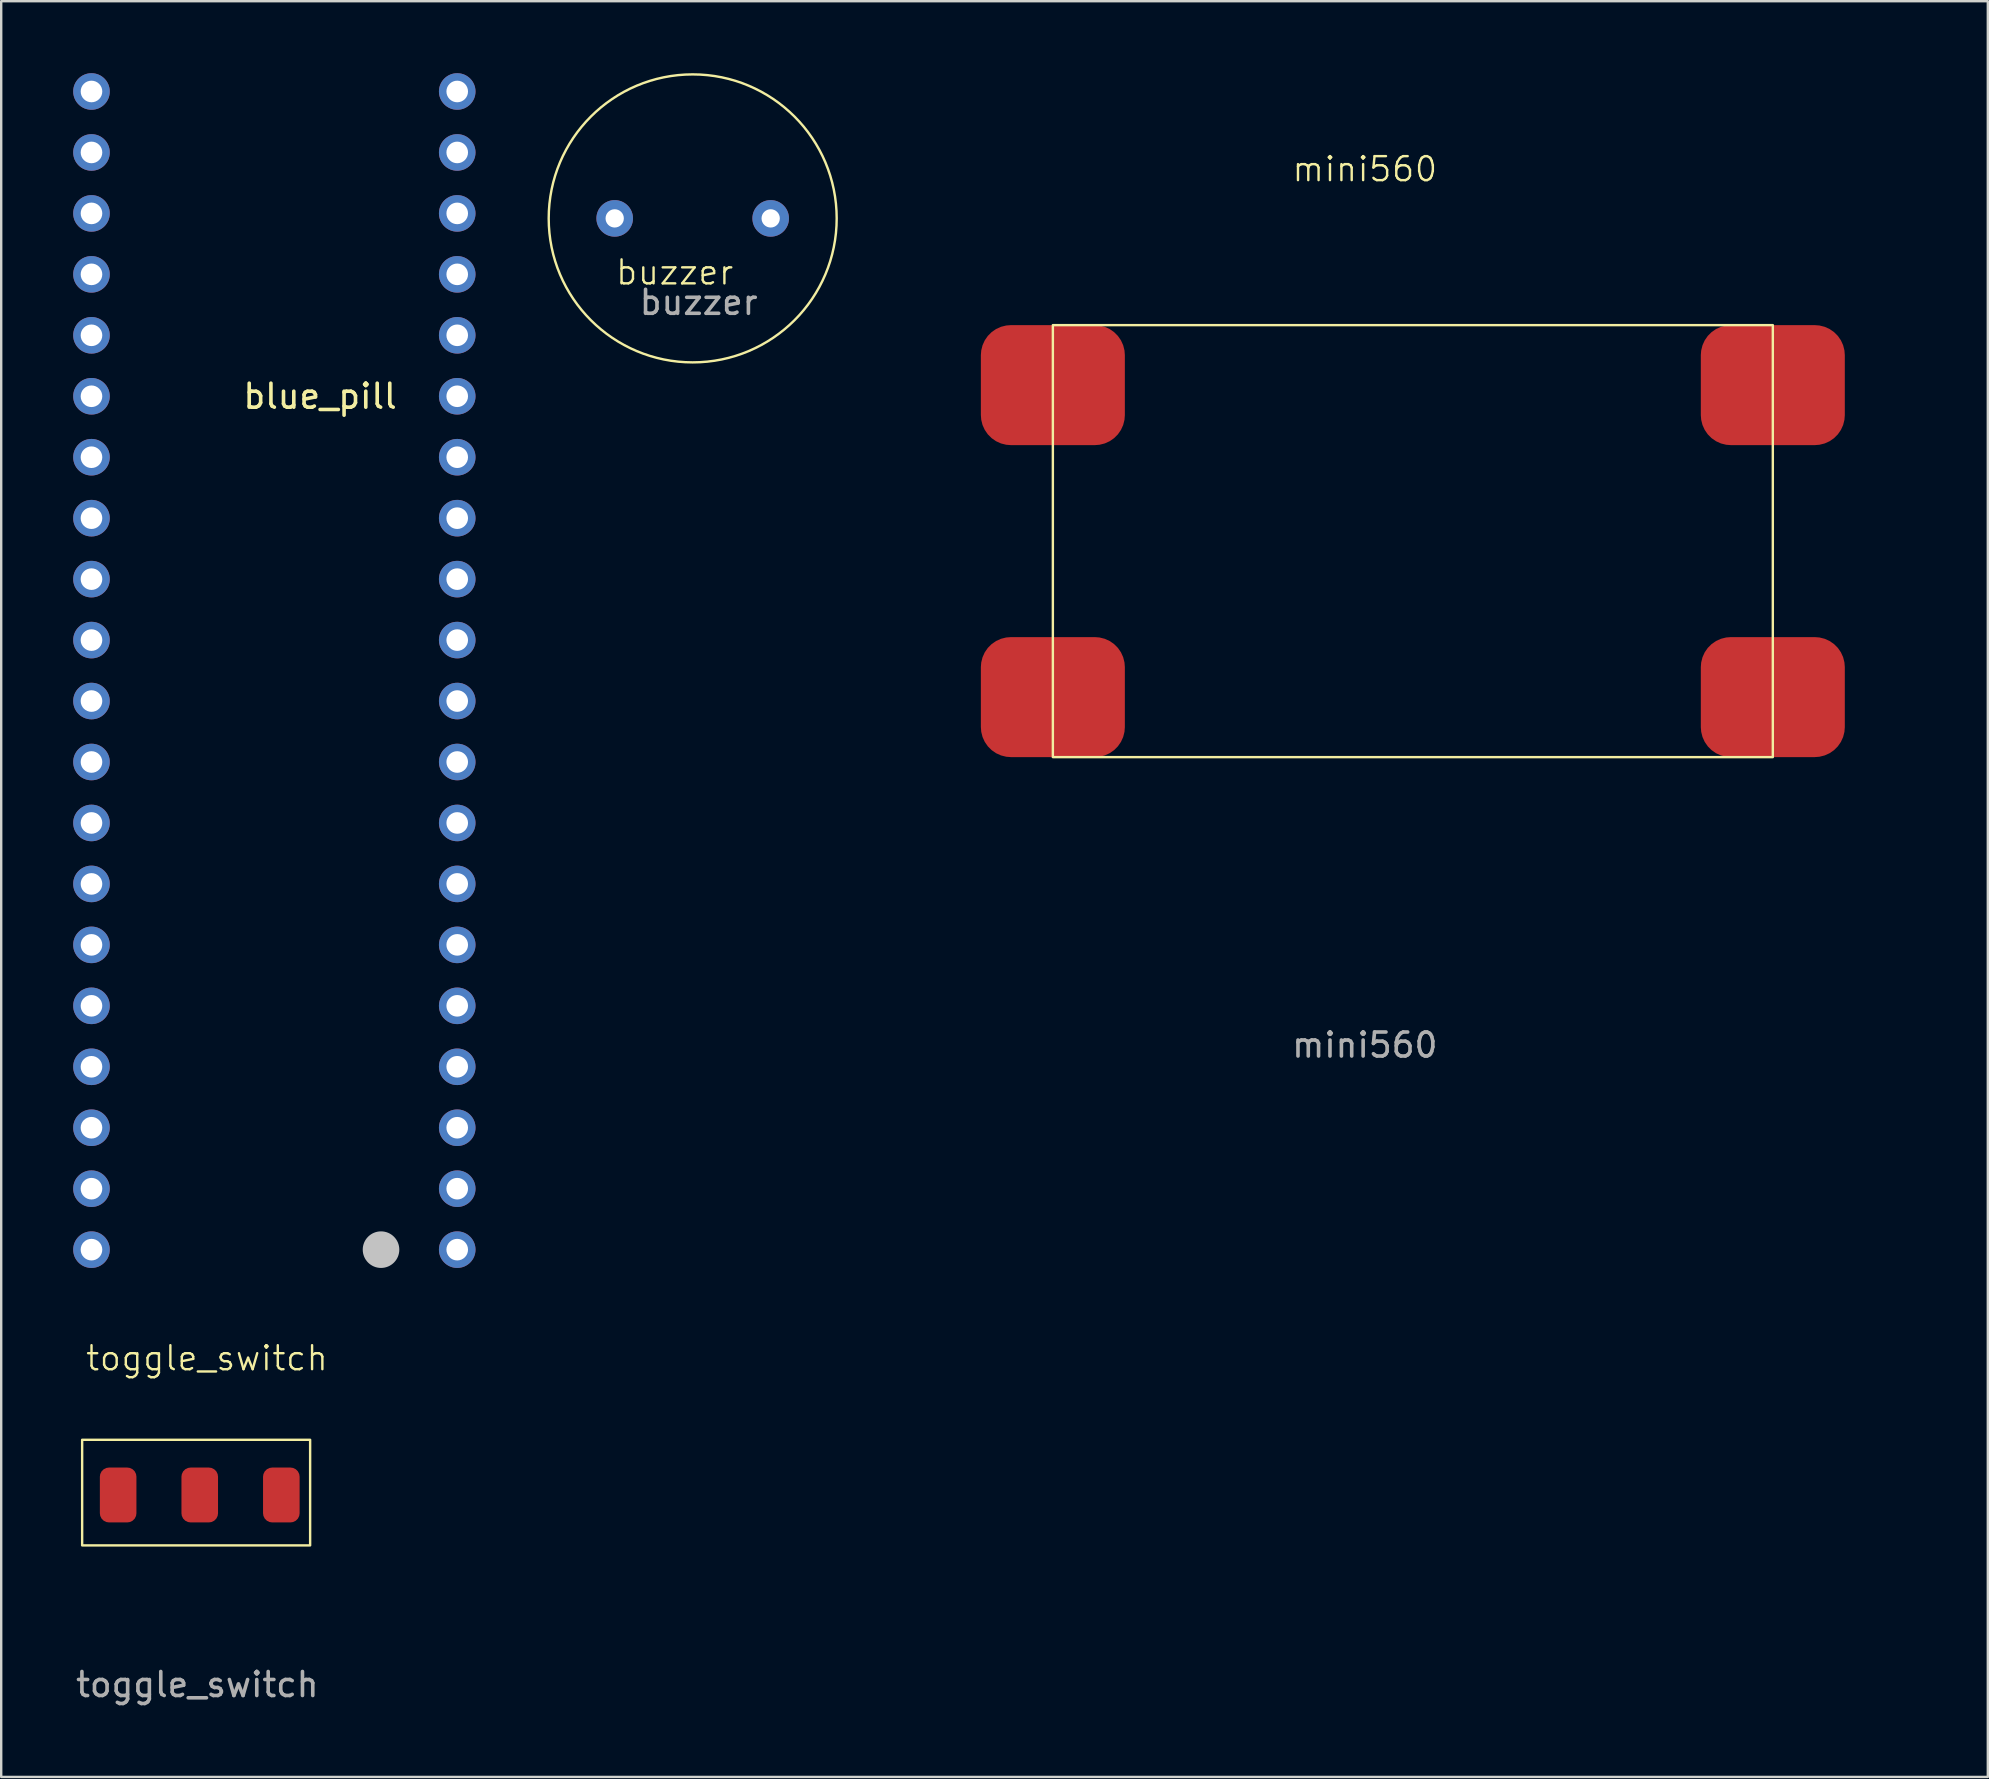
<source format=kicad_pcb>
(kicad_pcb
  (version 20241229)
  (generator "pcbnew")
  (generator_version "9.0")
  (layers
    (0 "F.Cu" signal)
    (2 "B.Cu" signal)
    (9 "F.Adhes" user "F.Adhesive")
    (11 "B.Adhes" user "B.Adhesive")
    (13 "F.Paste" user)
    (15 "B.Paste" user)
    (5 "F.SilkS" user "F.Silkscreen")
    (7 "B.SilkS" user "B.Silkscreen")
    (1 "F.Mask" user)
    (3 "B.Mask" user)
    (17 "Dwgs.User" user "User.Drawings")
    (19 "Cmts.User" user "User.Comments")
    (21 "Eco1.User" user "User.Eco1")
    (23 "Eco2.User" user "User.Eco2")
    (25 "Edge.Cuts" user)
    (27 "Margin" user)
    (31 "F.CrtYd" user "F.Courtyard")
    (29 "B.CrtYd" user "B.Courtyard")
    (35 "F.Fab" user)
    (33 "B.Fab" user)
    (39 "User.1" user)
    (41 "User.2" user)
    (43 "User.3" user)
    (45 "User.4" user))
  (footprint "toggle_switch"
    (layer "F.Cu")
    (at 5.273 59.245)
    (property "Reference" "toggle_switch" (at 0.3 -5.7 0) (unlocked yes) (layer "F.SilkS") (effects (font (size 1 1) (thickness 0.1))))
    (attr smd)
    (fp_rect (start -4.9 -2.3) (end 4.6 2.1) (stroke (width 0.1) (type default)) (fill no) (layer "F.SilkS"))
    (fp_text user "${REFERENCE}" (at -0.1 7.9 0) (unlocked yes) (layer "F.Fab") (effects (font (size 1 1) (thickness 0.15))))
    (pad "1" smd roundrect (at 3.4 0 90) (size 2.286 1.524) (layers "F.Cu" "F.Mask" "F.Paste") (roundrect_rratio 0.25))
    (pad "2" smd roundrect (at 0 0 270) (size 2.286 1.524) (layers "F.Cu" "F.Mask" "F.Paste") (roundrect_rratio 0.25))
    (pad "3" smd roundrect (at -3.4 0 90) (size 2.286 1.524) (layers "F.Cu" "F.Mask" "F.Paste") (roundrect_rratio 0.25)))
  (footprint "mini560"
    (layer "F.Cu")
    (at 55.822 19.498)
    (property "Reference" "mini560" (at -2 -15.5 0) (unlocked yes) (layer "F.SilkS") (effects (font (size 1 1) (thickness 0.1))))
    (attr smd)
    (fp_rect (start -15 -9) (end 15 9) (stroke (width 0.1) (type default)) (fill no) (layer "F.SilkS"))
    (fp_text user "${REFERENCE}" (at -2 21 0) (unlocked yes) (layer "F.Fab") (effects (font (size 1 1) (thickness 0.15))))
    (dimension (type aligned) (layer "User.1") (pts (xy 40.822 10.498) (xy 37.822 10.498)) (height -28.5) (format (prefix "") (suffix "") (units 3) (units_format 1) (precision 4)) (style (thickness 0.1) (arrow_length 1.27) (text_position_mode 0) (arrow_direction outward) (extension_height 0.586) (extension_offset 0.5) (keep_text_aligned yes)) (gr_text "3.0000 mm" (at 39.322 37.848 0) (layer "User.1") (effects (font (size 1 1) (thickness 0.15)))))
    (dimension (type aligned) (layer "User.1") (pts (xy 40.822 28.498) (xy 40.822 23.498)) (height 8) (format (prefix "") (suffix "") (units 3) (units_format 1) (precision 4)) (style (thickness 0.1) (arrow_length 1.27) (text_position_mode 0) (arrow_direction outward) (extension_height 0.586) (extension_offset 0.5) (keep_text_aligned yes)) (gr_text "5.0000 mm" (at 47.672 25.998 90) (layer "User.1") (effects (font (size 1 1) (thickness 0.15)))))
    (dimension (type aligned) (layer "User.1") (pts (xy 70.822 28.498) (xy 70.822 23.498)) (height -11) (format (prefix "") (suffix "") (units 3) (units_format 1) (precision 4)) (style (thickness 0.1) (arrow_length 1.27) (text_position_mode 0) (arrow_direction outward) (extension_height 0.586) (extension_offset 0.5) (keep_text_aligned yes)) (gr_text "5.0000 mm" (at 58.672 25.998 90) (layer "User.1") (effects (font (size 1 1) (thickness 0.15)))))
    (dimension (type aligned) (layer "User.1") (pts (xy 70.822 10.498) (xy 73.822 10.498)) (height 21.5) (format (prefix "") (suffix "") (units 3) (units_format 1) (precision 4)) (style (thickness 0.1) (arrow_length 1.27) (text_position_mode 0) (arrow_direction outward) (extension_height 0.586) (extension_offset 0.5) (keep_text_aligned yes)) (gr_text "3.0000 mm" (at 72.322 30.848 0) (layer "User.1") (effects (font (size 1 1) (thickness 0.15)))))
    (dimension (type aligned) (layer "User.1") (pts (xy 40.822 11.498) (xy 43.822 11.498)) (height 24) (format (prefix "") (suffix "") (units 3) (units_format 1) (precision 4)) (style (thickness 0.1) (arrow_length 1.27) (text_position_mode 0) (arrow_direction outward) (extension_height 0.586) (extension_offset 0.5) (keep_text_aligned yes)) (gr_text "3.0000 mm" (at 42.322 34.348 0) (layer "User.1") (effects (font (size 1 1) (thickness 0.15)))))
    (dimension (type aligned) (layer "User.1") (pts (xy 40.822 10.498) (xy 40.822 15.498)) (height -8.5) (format (prefix "") (suffix "") (units 3) (units_format 1) (precision 4)) (style (thickness 0.1) (arrow_length 1.27) (text_position_mode 0) (arrow_direction outward) (extension_height 0.586) (extension_offset 0.5) (keep_text_aligned yes)) (gr_text "5.0000 mm" (at 48.172 12.998 90) (layer "User.1") (effects (font (size 1 1) (thickness 0.15)))))
    (dimension (type aligned) (layer "User.1") (pts (xy 70.822 28.498) (xy 67.822 28.498)) (height 26.5) (format (prefix "") (suffix "") (units 3) (units_format 1) (precision 4)) (style (thickness 0.1) (arrow_length 1.27) (text_position_mode 0) (arrow_direction outward) (extension_height 0.586) (extension_offset 0.5) (keep_text_aligned yes)) (gr_text "3.0000 mm" (at 69.322 0.848 0) (layer "User.1") (effects (font (size 1 1) (thickness 0.15)))))
    (dimension (type aligned) (layer "User.1") (pts (xy 70.822 10.498) (xy 70.822 15.498)) (height 7.5) (format (prefix "") (suffix "") (units 3) (units_format 1) (precision 4)) (style (thickness 0.1) (arrow_length 1.27) (text_position_mode 0) (arrow_direction outward) (extension_height 0.586) (extension_offset 0.5) (keep_text_aligned yes)) (gr_text "5.0000 mm" (at 62.172 12.998 90) (layer "User.1") (effects (font (size 1 1) (thickness 0.15)))))
    (pad "1" smd roundrect (at 15 -6.5) (size 6 5) (layers "F.Cu" "F.Mask" "F.Paste") (roundrect_rratio 0.25))
    (pad "2" smd roundrect (at 15 6.5) (size 6 5) (layers "F.Cu" "F.Mask" "F.Paste") (roundrect_rratio 0.25))
    (pad "3" smd roundrect (at -15 6.5) (size 6 5) (layers "F.Cu" "F.Mask" "F.Paste") (roundrect_rratio 0.25))
    (pad "4" smd roundrect (at -15 -6.5) (size 6 5) (layers "F.Cu" "F.Mask" "F.Paste") (roundrect_rratio 0.25)))
  (footprint "blue_pill"
    (layer "F.Cu")
    (at 10.287 21.717)
    (property "Reference" "blue_pill" (at 0 -8.255 0) (layer "F.SilkS") (effects (font (size 1 1) (thickness 0.15))))
    (attr through_hole)
    (pad "" smd circle (at 2.54 27.305) (size 1.524 1.524) (layers "Dwgs.User"))
    (pad "3V3" thru_hole circle (at -9.525 27.305) (size 1.524 1.524) (drill 0.9) (layers "*.Cu" "*.Mask"))
    (pad "3V3" thru_hole circle (at 5.715 -15.875) (size 1.524 1.524) (drill 0.9) (layers "*.Cu" "*.Mask"))
    (pad "5V" thru_hole circle (at -9.525 22.225) (size 1.524 1.524) (drill 0.9) (layers "*.Cu" "*.Mask"))
    (pad "G" thru_hole circle (at -9.525 24.765) (size 1.524 1.524) (drill 0.9) (layers "*.Cu" "*.Mask"))
    (pad "G" thru_hole circle (at 5.715 -20.955) (size 1.524 1.524) (drill 0.9) (layers "*.Cu" "*.Mask"))
    (pad "G" thru_hole circle (at 5.715 -18.415) (size 1.524 1.524) (drill 0.9) (layers "*.Cu" "*.Mask"))
    (pad "NRST" thru_hole circle (at 5.715 -13.335) (size 1.524 1.524) (drill 0.9) (layers "*.Cu" "*.Mask"))
    (pad "PA0" thru_hole circle (at 5.715 17.145) (size 1.524 1.524) (drill 0.9) (layers "*.Cu" "*.Mask"))
    (pad "PA1" thru_hole circle (at 5.715 14.605) (size 1.524 1.524) (drill 0.9) (layers "*.Cu" "*.Mask"))
    (pad "PA2" thru_hole circle (at 5.715 12.065) (size 1.524 1.524) (drill 0.9) (layers "*.Cu" "*.Mask"))
    (pad "PA3" thru_hole circle (at 5.715 9.525) (size 1.524 1.524) (drill 0.9) (layers "*.Cu" "*.Mask"))
    (pad "PA4" thru_hole circle (at 5.715 6.985) (size 1.524 1.524) (drill 0.9) (layers "*.Cu" "*.Mask"))
    (pad "PA5" thru_hole circle (at 5.715 4.445) (size 1.524 1.524) (drill 0.9) (layers "*.Cu" "*.Mask"))
    (pad "PA6" thru_hole circle (at 5.715 1.905) (size 1.524 1.524) (drill 0.9) (layers "*.Cu" "*.Mask"))
    (pad "PA7" thru_hole circle (at 5.715 -0.635) (size 1.524 1.524) (drill 0.9) (layers "*.Cu" "*.Mask"))
    (pad "PA8" thru_hole circle (at -9.525 -10.795) (size 1.524 1.524) (drill 0.9) (layers "*.Cu" "*.Mask"))
    (pad "PA9" thru_hole circle (at -9.525 -8.255) (size 1.524 1.524) (drill 0.9) (layers "*.Cu" "*.Mask"))
    (pad "PA10" thru_hole circle (at -9.525 -5.715) (size 1.524 1.524) (drill 0.9) (layers "*.Cu" "*.Mask"))
    (pad "PA11" thru_hole circle (at -9.525 -3.175) (size 1.524 1.524) (drill 0.9) (layers "*.Cu" "*.Mask"))
    (pad "PA12" thru_hole circle (at -9.525 -0.635) (size 1.524 1.524) (drill 0.9) (layers "*.Cu" "*.Mask"))
    (pad "PA15" thru_hole circle (at -9.525 1.905) (size 1.524 1.524) (drill 0.9) (layers "*.Cu" "*.Mask"))
    (pad "PB0" thru_hole circle (at 5.715 -3.175) (size 1.524 1.524) (drill 0.9) (layers "*.Cu" "*.Mask"))
    (pad "PB1" thru_hole circle (at 5.715 -5.715) (size 1.524 1.524) (drill 0.9) (layers "*.Cu" "*.Mask"))
    (pad "PB3" thru_hole circle (at -9.525 4.445) (size 1.524 1.524) (drill 0.9) (layers "*.Cu" "*.Mask"))
    (pad "PB4" thru_hole circle (at -9.525 6.985) (size 1.524 1.524) (drill 0.9) (layers "*.Cu" "*.Mask"))
    (pad "PB5" thru_hole circle (at -9.525 9.525) (size 1.524 1.524) (drill 0.9) (layers "*.Cu" "*.Mask"))
    (pad "PB6" thru_hole circle (at -9.525 12.065) (size 1.524 1.524) (drill 0.9) (layers "*.Cu" "*.Mask"))
    (pad "PB7" thru_hole circle (at -9.525 14.605) (size 1.524 1.524) (drill 0.9) (layers "*.Cu" "*.Mask"))
    (pad "PB8" thru_hole circle (at -9.525 17.145) (size 1.524 1.524) (drill 0.9) (layers "*.Cu" "*.Mask"))
    (pad "PB9" thru_hole circle (at -9.525 19.685) (size 1.524 1.524) (drill 0.9) (layers "*.Cu" "*.Mask"))
    (pad "PB10" thru_hole circle (at 5.715 -8.255) (size 1.524 1.524) (drill 0.9) (layers "*.Cu" "*.Mask"))
    (pad "PB11" thru_hole circle (at 5.715 -10.795) (size 1.524 1.524) (drill 0.9) (layers "*.Cu" "*.Mask"))
    (pad "PB12" thru_hole circle (at -9.525 -20.955) (size 1.524 1.524) (drill 0.9) (layers "*.Cu" "*.Mask"))
    (pad "PB13" thru_hole circle (at -9.525 -18.415) (size 1.524 1.524) (drill 0.9) (layers "*.Cu" "*.Mask"))
    (pad "PB14" thru_hole circle (at -9.525 -15.875) (size 1.524 1.524) (drill 0.9) (layers "*.Cu" "*.Mask"))
    (pad "PB15" thru_hole circle (at -9.525 -13.335) (size 1.524 1.524) (drill 0.9) (layers "*.Cu" "*.Mask"))
    (pad "PC13" thru_hole circle (at 5.715 24.765) (size 1.524 1.524) (drill 0.9) (layers "*.Cu" "*.Mask"))
    (pad "PC14" thru_hole circle (at 5.715 22.225) (size 1.524 1.524) (drill 0.9) (layers "*.Cu" "*.Mask"))
    (pad "PC15" thru_hole circle (at 5.715 19.685) (size 1.524 1.524) (drill 0.9) (layers "*.Cu" "*.Mask"))
    (pad "VBAT" thru_hole circle (at 5.715 27.305) (size 1.524 1.524) (drill 0.9) (layers "*.Cu" "*.Mask")))
  (footprint "buzzer"
    (layer "F.Cu")
    (at 25.814 6.05)
    (property "Reference" "buzzer" (at -0.75 2.25 0) (unlocked yes) (layer "F.SilkS") (effects (font (size 1 1) (thickness 0.1))))
    (attr through_hole)
    (fp_circle (center 0 0) (end 6 0) (stroke (width 0.1) (type default)) (fill no) (layer "F.SilkS"))
    (fp_text user "${REFERENCE}" (at 0.25 3.5 0) (unlocked yes) (layer "F.Fab") (effects (font (size 1 1) (thickness 0.15))))
    (pad "1" thru_hole circle (at -3.25 0) (size 1.524 1.524) (drill 0.762) (layers "*.Cu" "*.Mask"))
    (pad "2" thru_hole circle (at 3.25 0) (size 1.524 1.524) (drill 0.762) (layers "*.Cu" "*.Mask")))
  (gr_rect
    (start -3 -3)
    (end 79.781 70.993)
    (stroke (width 0.1) (type default))
    (fill no)
    (layer "Edge.Cuts")))
</source>
